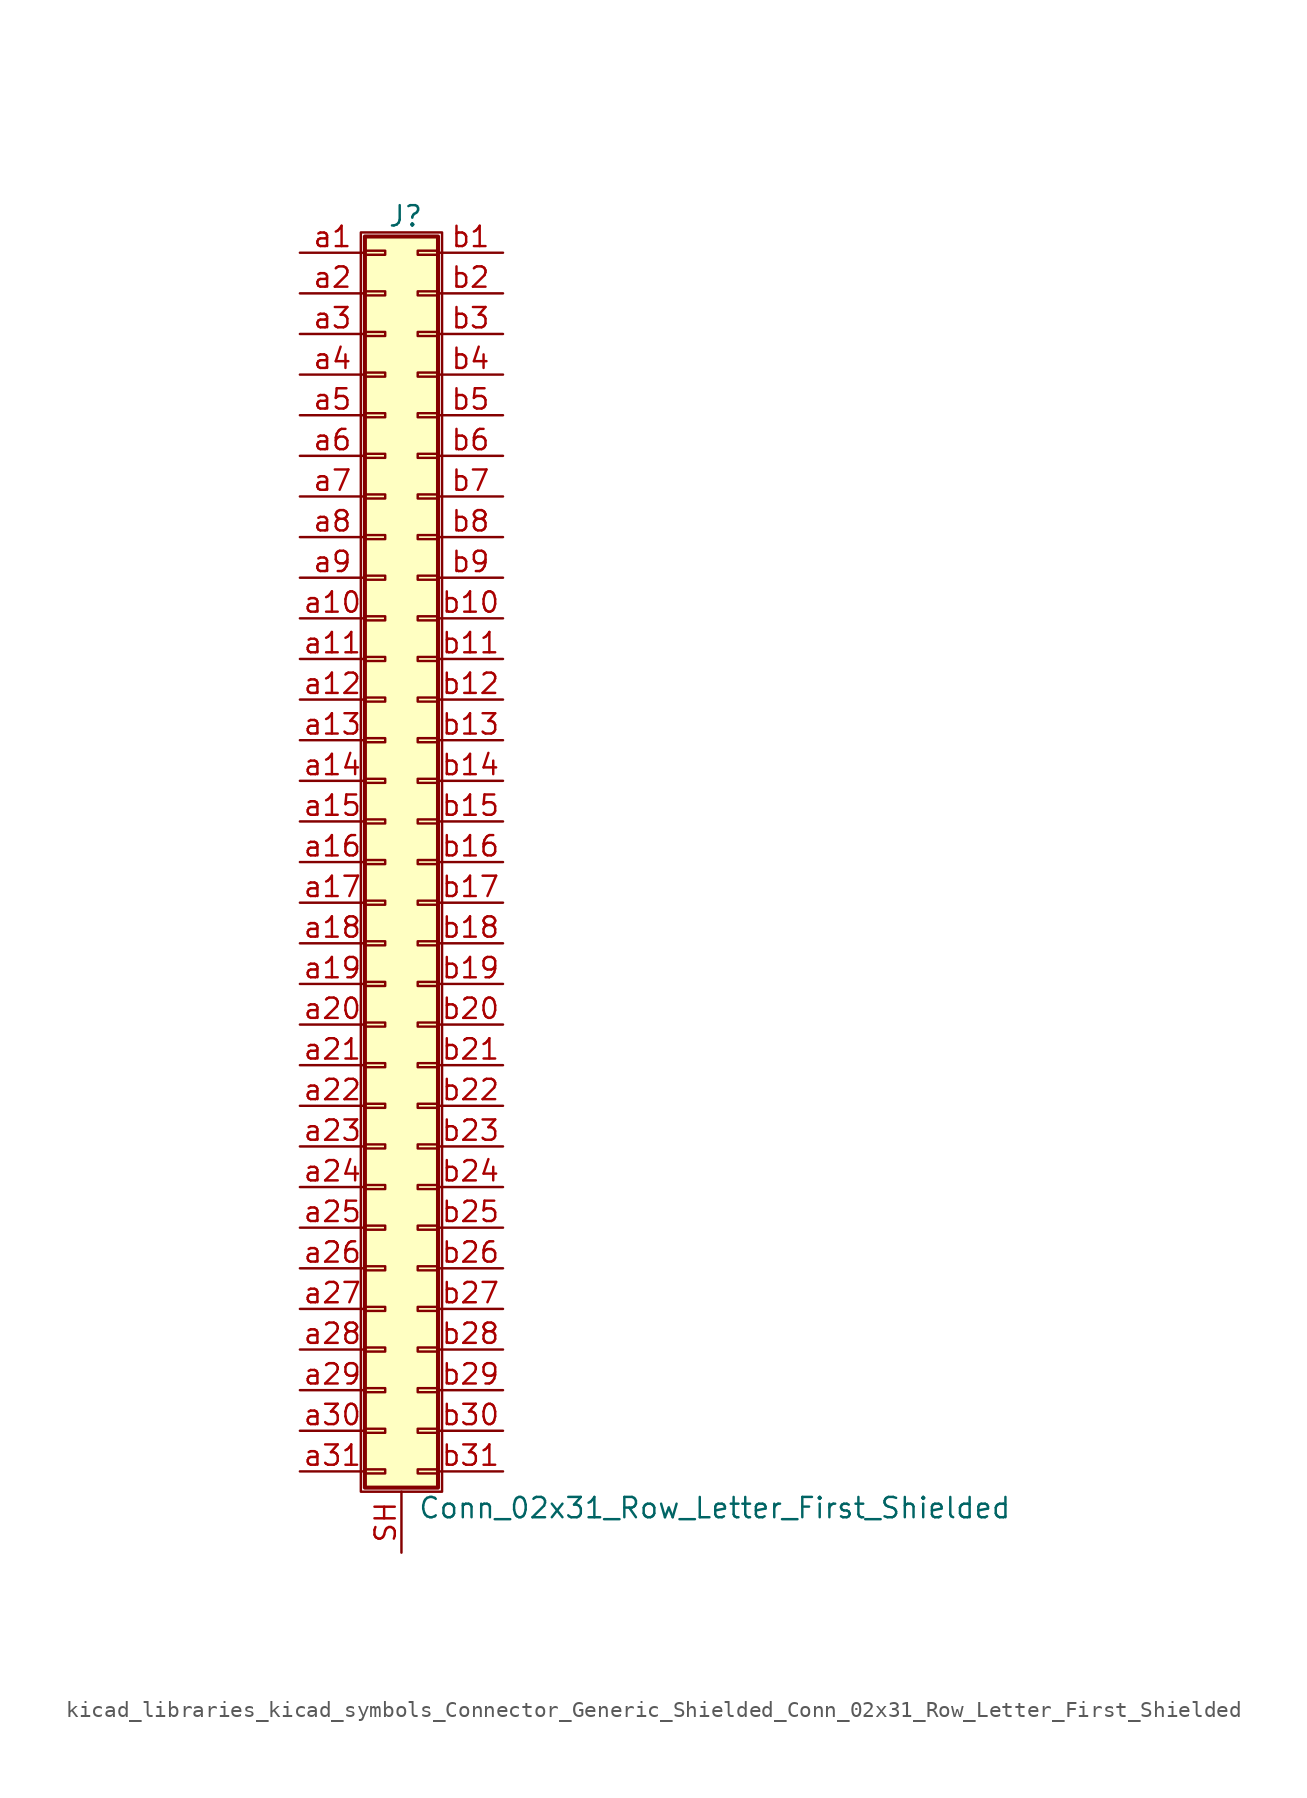
<source format=kicad_sym>
(kicad_symbol_lib
  (version 20220914)
  (generator kicad_symbol_editor)
  (symbol "kicad_libraries_kicad_symbols_Connector_Generic_Shielded_Conn_02x31_Row_Letter_First_Shielded"
    (pin_names
      (offset 1.016) hide)
    (property "Reference" "J"
      (at 1.524 40.386 0)
      (effects (font (size 1.27 1.27))))
    (property "Value" "Conn_02x31_Row_Letter_First_Shielded"
      (at 2.286 -40.386 0)
      (effects (font (size 1.27 1.27)) (justify left)))
    (symbol "kicad_libraries_kicad_symbols_Connector_Generic_Shielded_Conn_02x31_Row_Letter_First_Shielded_1_1"
      (rectangle (start -1.27 39.37) (end 3.81 -39.37) (stroke (width 0.152) (type default)) (fill (type none)))
      (rectangle (start -1.016 -37.973) (end 0.254 -38.227) (stroke (width 0.152) (type default)) (fill (type none)))
      (rectangle (start -1.016 -35.433) (end 0.254 -35.687) (stroke (width 0.152) (type default)) (fill (type none)))
      (rectangle (start -1.016 -32.893) (end 0.254 -33.147) (stroke (width 0.152) (type default)) (fill (type none)))
      (rectangle (start -1.016 -30.353) (end 0.254 -30.607) (stroke (width 0.152) (type default)) (fill (type none)))
      (rectangle (start -1.016 -27.813) (end 0.254 -28.067) (stroke (width 0.152) (type default)) (fill (type none)))
      (rectangle (start -1.016 -25.273) (end 0.254 -25.527) (stroke (width 0.152) (type default)) (fill (type none)))
      (rectangle (start -1.016 -22.733) (end 0.254 -22.987) (stroke (width 0.152) (type default)) (fill (type none)))
      (rectangle (start -1.016 -20.193) (end 0.254 -20.447) (stroke (width 0.152) (type default)) (fill (type none)))
      (rectangle (start -1.016 -17.653) (end 0.254 -17.907) (stroke (width 0.152) (type default)) (fill (type none)))
      (rectangle (start -1.016 -15.113) (end 0.254 -15.367) (stroke (width 0.152) (type default)) (fill (type none)))
      (rectangle (start -1.016 -12.573) (end 0.254 -12.827) (stroke (width 0.152) (type default)) (fill (type none)))
      (rectangle (start -1.016 -10.033) (end 0.254 -10.287) (stroke (width 0.152) (type default)) (fill (type none)))
      (rectangle (start -1.016 -7.493) (end 0.254 -7.747) (stroke (width 0.152) (type default)) (fill (type none)))
      (rectangle (start -1.016 -4.953) (end 0.254 -5.207) (stroke (width 0.152) (type default)) (fill (type none)))
      (rectangle (start -1.016 -2.413) (end 0.254 -2.667) (stroke (width 0.152) (type default)) (fill (type none)))
      (rectangle (start -1.016 0.127) (end 0.254 -0.127) (stroke (width 0.152) (type default)) (fill (type none)))
      (rectangle (start -1.016 2.667) (end 0.254 2.413) (stroke (width 0.152) (type default)) (fill (type none)))
      (rectangle (start -1.016 5.207) (end 0.254 4.953) (stroke (width 0.152) (type default)) (fill (type none)))
      (rectangle (start -1.016 7.747) (end 0.254 7.493) (stroke (width 0.152) (type default)) (fill (type none)))
      (rectangle (start -1.016 10.287) (end 0.254 10.033) (stroke (width 0.152) (type default)) (fill (type none)))
      (rectangle (start -1.016 12.827) (end 0.254 12.573) (stroke (width 0.152) (type default)) (fill (type none)))
      (rectangle (start -1.016 15.367) (end 0.254 15.113) (stroke (width 0.152) (type default)) (fill (type none)))
      (rectangle (start -1.016 17.907) (end 0.254 17.653) (stroke (width 0.152) (type default)) (fill (type none)))
      (rectangle (start -1.016 20.447) (end 0.254 20.193) (stroke (width 0.152) (type default)) (fill (type none)))
      (rectangle (start -1.016 22.987) (end 0.254 22.733) (stroke (width 0.152) (type default)) (fill (type none)))
      (rectangle (start -1.016 25.527) (end 0.254 25.273) (stroke (width 0.152) (type default)) (fill (type none)))
      (rectangle (start -1.016 28.067) (end 0.254 27.813) (stroke (width 0.152) (type default)) (fill (type none)))
      (rectangle (start -1.016 30.607) (end 0.254 30.353) (stroke (width 0.152) (type default)) (fill (type none)))
      (rectangle (start -1.016 33.147) (end 0.254 32.893) (stroke (width 0.152) (type default)) (fill (type none)))
      (rectangle (start -1.016 35.687) (end 0.254 35.433) (stroke (width 0.152) (type default)) (fill (type none)))
      (rectangle (start -1.016 38.227) (end 0.254 37.973) (stroke (width 0.152) (type default)) (fill (type none)))
      (rectangle (start -1.016 39.116) (end 3.556 -39.116) (stroke (width 0.254) (type default)) (fill (type background)))
      (rectangle (start 3.556 -37.973) (end 2.286 -38.227) (stroke (width 0.152) (type default)) (fill (type none)))
      (rectangle (start 3.556 -35.433) (end 2.286 -35.687) (stroke (width 0.152) (type default)) (fill (type none)))
      (rectangle (start 3.556 -32.893) (end 2.286 -33.147) (stroke (width 0.152) (type default)) (fill (type none)))
      (rectangle (start 3.556 -30.353) (end 2.286 -30.607) (stroke (width 0.152) (type default)) (fill (type none)))
      (rectangle (start 3.556 -27.813) (end 2.286 -28.067) (stroke (width 0.152) (type default)) (fill (type none)))
      (rectangle (start 3.556 -25.273) (end 2.286 -25.527) (stroke (width 0.152) (type default)) (fill (type none)))
      (rectangle (start 3.556 -22.733) (end 2.286 -22.987) (stroke (width 0.152) (type default)) (fill (type none)))
      (rectangle (start 3.556 -20.193) (end 2.286 -20.447) (stroke (width 0.152) (type default)) (fill (type none)))
      (rectangle (start 3.556 -17.653) (end 2.286 -17.907) (stroke (width 0.152) (type default)) (fill (type none)))
      (rectangle (start 3.556 -15.113) (end 2.286 -15.367) (stroke (width 0.152) (type default)) (fill (type none)))
      (rectangle (start 3.556 -12.573) (end 2.286 -12.827) (stroke (width 0.152) (type default)) (fill (type none)))
      (rectangle (start 3.556 -10.033) (end 2.286 -10.287) (stroke (width 0.152) (type default)) (fill (type none)))
      (rectangle (start 3.556 -7.493) (end 2.286 -7.747) (stroke (width 0.152) (type default)) (fill (type none)))
      (rectangle (start 3.556 -4.953) (end 2.286 -5.207) (stroke (width 0.152) (type default)) (fill (type none)))
      (rectangle (start 3.556 -2.413) (end 2.286 -2.667) (stroke (width 0.152) (type default)) (fill (type none)))
      (rectangle (start 3.556 0.127) (end 2.286 -0.127) (stroke (width 0.152) (type default)) (fill (type none)))
      (rectangle (start 3.556 2.667) (end 2.286 2.413) (stroke (width 0.152) (type default)) (fill (type none)))
      (rectangle (start 3.556 5.207) (end 2.286 4.953) (stroke (width 0.152) (type default)) (fill (type none)))
      (rectangle (start 3.556 7.747) (end 2.286 7.493) (stroke (width 0.152) (type default)) (fill (type none)))
      (rectangle (start 3.556 10.287) (end 2.286 10.033) (stroke (width 0.152) (type default)) (fill (type none)))
      (rectangle (start 3.556 12.827) (end 2.286 12.573) (stroke (width 0.152) (type default)) (fill (type none)))
      (rectangle (start 3.556 15.367) (end 2.286 15.113) (stroke (width 0.152) (type default)) (fill (type none)))
      (rectangle (start 3.556 17.907) (end 2.286 17.653) (stroke (width 0.152) (type default)) (fill (type none)))
      (rectangle (start 3.556 20.447) (end 2.286 20.193) (stroke (width 0.152) (type default)) (fill (type none)))
      (rectangle (start 3.556 22.987) (end 2.286 22.733) (stroke (width 0.152) (type default)) (fill (type none)))
      (rectangle (start 3.556 25.527) (end 2.286 25.273) (stroke (width 0.152) (type default)) (fill (type none)))
      (rectangle (start 3.556 28.067) (end 2.286 27.813) (stroke (width 0.152) (type default)) (fill (type none)))
      (rectangle (start 3.556 30.607) (end 2.286 30.353) (stroke (width 0.152) (type default)) (fill (type none)))
      (rectangle (start 3.556 33.147) (end 2.286 32.893) (stroke (width 0.152) (type default)) (fill (type none)))
      (rectangle (start 3.556 35.687) (end 2.286 35.433) (stroke (width 0.152) (type default)) (fill (type none)))
      (rectangle (start 3.556 38.227) (end 2.286 37.973) (stroke (width 0.152) (type default)) (fill (type none)))
      (pin passive line (at 1.27 -43.18 90) (length 3.81) (name "Shield" (effects (font (size 1.27 1.27)))) (number "SH" (effects (font (size 1.27 1.27)))))
      (pin passive line (at -5.08 38.1 0) (length 4.064) (name "Pin_a1" (effects (font (size 1.27 1.27)))) (number "a1" (effects (font (size 1.27 1.27)))))
      (pin passive line (at -5.08 15.24 0) (length 4.064) (name "Pin_a10" (effects (font (size 1.27 1.27)))) (number "a10" (effects (font (size 1.27 1.27)))))
      (pin passive line (at -5.08 12.7 0) (length 4.064) (name "Pin_a11" (effects (font (size 1.27 1.27)))) (number "a11" (effects (font (size 1.27 1.27)))))
      (pin passive line (at -5.08 10.16 0) (length 4.064) (name "Pin_a12" (effects (font (size 1.27 1.27)))) (number "a12" (effects (font (size 1.27 1.27)))))
      (pin passive line (at -5.08 7.62 0) (length 4.064) (name "Pin_a13" (effects (font (size 1.27 1.27)))) (number "a13" (effects (font (size 1.27 1.27)))))
      (pin passive line (at -5.08 5.08 0) (length 4.064) (name "Pin_a14" (effects (font (size 1.27 1.27)))) (number "a14" (effects (font (size 1.27 1.27)))))
      (pin passive line (at -5.08 2.54 0) (length 4.064) (name "Pin_a15" (effects (font (size 1.27 1.27)))) (number "a15" (effects (font (size 1.27 1.27)))))
      (pin passive line (at -5.08 0 0) (length 4.064) (name "Pin_a16" (effects (font (size 1.27 1.27)))) (number "a16" (effects (font (size 1.27 1.27)))))
      (pin passive line (at -5.08 -2.54 0) (length 4.064) (name "Pin_a17" (effects (font (size 1.27 1.27)))) (number "a17" (effects (font (size 1.27 1.27)))))
      (pin passive line (at -5.08 -5.08 0) (length 4.064) (name "Pin_a18" (effects (font (size 1.27 1.27)))) (number "a18" (effects (font (size 1.27 1.27)))))
      (pin passive line (at -5.08 -7.62 0) (length 4.064) (name "Pin_a19" (effects (font (size 1.27 1.27)))) (number "a19" (effects (font (size 1.27 1.27)))))
      (pin passive line (at -5.08 35.56 0) (length 4.064) (name "Pin_a2" (effects (font (size 1.27 1.27)))) (number "a2" (effects (font (size 1.27 1.27)))))
      (pin passive line (at -5.08 -10.16 0) (length 4.064) (name "Pin_a20" (effects (font (size 1.27 1.27)))) (number "a20" (effects (font (size 1.27 1.27)))))
      (pin passive line (at -5.08 -12.7 0) (length 4.064) (name "Pin_a21" (effects (font (size 1.27 1.27)))) (number "a21" (effects (font (size 1.27 1.27)))))
      (pin passive line (at -5.08 -15.24 0) (length 4.064) (name "Pin_a22" (effects (font (size 1.27 1.27)))) (number "a22" (effects (font (size 1.27 1.27)))))
      (pin passive line (at -5.08 -17.78 0) (length 4.064) (name "Pin_a23" (effects (font (size 1.27 1.27)))) (number "a23" (effects (font (size 1.27 1.27)))))
      (pin passive line (at -5.08 -20.32 0) (length 4.064) (name "Pin_a24" (effects (font (size 1.27 1.27)))) (number "a24" (effects (font (size 1.27 1.27)))))
      (pin passive line (at -5.08 -22.86 0) (length 4.064) (name "Pin_a25" (effects (font (size 1.27 1.27)))) (number "a25" (effects (font (size 1.27 1.27)))))
      (pin passive line (at -5.08 -25.4 0) (length 4.064) (name "Pin_a26" (effects (font (size 1.27 1.27)))) (number "a26" (effects (font (size 1.27 1.27)))))
      (pin passive line (at -5.08 -27.94 0) (length 4.064) (name "Pin_a27" (effects (font (size 1.27 1.27)))) (number "a27" (effects (font (size 1.27 1.27)))))
      (pin passive line (at -5.08 -30.48 0) (length 4.064) (name "Pin_a28" (effects (font (size 1.27 1.27)))) (number "a28" (effects (font (size 1.27 1.27)))))
      (pin passive line (at -5.08 -33.02 0) (length 4.064) (name "Pin_a29" (effects (font (size 1.27 1.27)))) (number "a29" (effects (font (size 1.27 1.27)))))
      (pin passive line (at -5.08 33.02 0) (length 4.064) (name "Pin_a3" (effects (font (size 1.27 1.27)))) (number "a3" (effects (font (size 1.27 1.27)))))
      (pin passive line (at -5.08 -35.56 0) (length 4.064) (name "Pin_a30" (effects (font (size 1.27 1.27)))) (number "a30" (effects (font (size 1.27 1.27)))))
      (pin passive line (at -5.08 -38.1 0) (length 4.064) (name "Pin_a31" (effects (font (size 1.27 1.27)))) (number "a31" (effects (font (size 1.27 1.27)))))
      (pin passive line (at -5.08 30.48 0) (length 4.064) (name "Pin_a4" (effects (font (size 1.27 1.27)))) (number "a4" (effects (font (size 1.27 1.27)))))
      (pin passive line (at -5.08 27.94 0) (length 4.064) (name "Pin_a5" (effects (font (size 1.27 1.27)))) (number "a5" (effects (font (size 1.27 1.27)))))
      (pin passive line (at -5.08 25.4 0) (length 4.064) (name "Pin_a6" (effects (font (size 1.27 1.27)))) (number "a6" (effects (font (size 1.27 1.27)))))
      (pin passive line (at -5.08 22.86 0) (length 4.064) (name "Pin_a7" (effects (font (size 1.27 1.27)))) (number "a7" (effects (font (size 1.27 1.27)))))
      (pin passive line (at -5.08 20.32 0) (length 4.064) (name "Pin_a8" (effects (font (size 1.27 1.27)))) (number "a8" (effects (font (size 1.27 1.27)))))
      (pin passive line (at -5.08 17.78 0) (length 4.064) (name "Pin_a9" (effects (font (size 1.27 1.27)))) (number "a9" (effects (font (size 1.27 1.27)))))
      (pin passive line (at 7.62 38.1 180) (length 4.064) (name "Pin_b1" (effects (font (size 1.27 1.27)))) (number "b1" (effects (font (size 1.27 1.27)))))
      (pin passive line (at 7.62 15.24 180) (length 4.064) (name "Pin_b10" (effects (font (size 1.27 1.27)))) (number "b10" (effects (font (size 1.27 1.27)))))
      (pin passive line (at 7.62 12.7 180) (length 4.064) (name "Pin_b11" (effects (font (size 1.27 1.27)))) (number "b11" (effects (font (size 1.27 1.27)))))
      (pin passive line (at 7.62 10.16 180) (length 4.064) (name "Pin_b12" (effects (font (size 1.27 1.27)))) (number "b12" (effects (font (size 1.27 1.27)))))
      (pin passive line (at 7.62 7.62 180) (length 4.064) (name "Pin_b13" (effects (font (size 1.27 1.27)))) (number "b13" (effects (font (size 1.27 1.27)))))
      (pin passive line (at 7.62 5.08 180) (length 4.064) (name "Pin_b14" (effects (font (size 1.27 1.27)))) (number "b14" (effects (font (size 1.27 1.27)))))
      (pin passive line (at 7.62 2.54 180) (length 4.064) (name "Pin_b15" (effects (font (size 1.27 1.27)))) (number "b15" (effects (font (size 1.27 1.27)))))
      (pin passive line (at 7.62 0 180) (length 4.064) (name "Pin_b16" (effects (font (size 1.27 1.27)))) (number "b16" (effects (font (size 1.27 1.27)))))
      (pin passive line (at 7.62 -2.54 180) (length 4.064) (name "Pin_b17" (effects (font (size 1.27 1.27)))) (number "b17" (effects (font (size 1.27 1.27)))))
      (pin passive line (at 7.62 -5.08 180) (length 4.064) (name "Pin_b18" (effects (font (size 1.27 1.27)))) (number "b18" (effects (font (size 1.27 1.27)))))
      (pin passive line (at 7.62 -7.62 180) (length 4.064) (name "Pin_b19" (effects (font (size 1.27 1.27)))) (number "b19" (effects (font (size 1.27 1.27)))))
      (pin passive line (at 7.62 35.56 180) (length 4.064) (name "Pin_b2" (effects (font (size 1.27 1.27)))) (number "b2" (effects (font (size 1.27 1.27)))))
      (pin passive line (at 7.62 -10.16 180) (length 4.064) (name "Pin_b20" (effects (font (size 1.27 1.27)))) (number "b20" (effects (font (size 1.27 1.27)))))
      (pin passive line (at 7.62 -12.7 180) (length 4.064) (name "Pin_b21" (effects (font (size 1.27 1.27)))) (number "b21" (effects (font (size 1.27 1.27)))))
      (pin passive line (at 7.62 -15.24 180) (length 4.064) (name "Pin_b22" (effects (font (size 1.27 1.27)))) (number "b22" (effects (font (size 1.27 1.27)))))
      (pin passive line (at 7.62 -17.78 180) (length 4.064) (name "Pin_b23" (effects (font (size 1.27 1.27)))) (number "b23" (effects (font (size 1.27 1.27)))))
      (pin passive line (at 7.62 -20.32 180) (length 4.064) (name "Pin_b24" (effects (font (size 1.27 1.27)))) (number "b24" (effects (font (size 1.27 1.27)))))
      (pin passive line (at 7.62 -22.86 180) (length 4.064) (name "Pin_b25" (effects (font (size 1.27 1.27)))) (number "b25" (effects (font (size 1.27 1.27)))))
      (pin passive line (at 7.62 -25.4 180) (length 4.064) (name "Pin_b26" (effects (font (size 1.27 1.27)))) (number "b26" (effects (font (size 1.27 1.27)))))
      (pin passive line (at 7.62 -27.94 180) (length 4.064) (name "Pin_b27" (effects (font (size 1.27 1.27)))) (number "b27" (effects (font (size 1.27 1.27)))))
      (pin passive line (at 7.62 -30.48 180) (length 4.064) (name "Pin_b28" (effects (font (size 1.27 1.27)))) (number "b28" (effects (font (size 1.27 1.27)))))
      (pin passive line (at 7.62 -33.02 180) (length 4.064) (name "Pin_b29" (effects (font (size 1.27 1.27)))) (number "b29" (effects (font (size 1.27 1.27)))))
      (pin passive line (at 7.62 33.02 180) (length 4.064) (name "Pin_b3" (effects (font (size 1.27 1.27)))) (number "b3" (effects (font (size 1.27 1.27)))))
      (pin passive line (at 7.62 -35.56 180) (length 4.064) (name "Pin_b30" (effects (font (size 1.27 1.27)))) (number "b30" (effects (font (size 1.27 1.27)))))
      (pin passive line (at 7.62 -38.1 180) (length 4.064) (name "Pin_b31" (effects (font (size 1.27 1.27)))) (number "b31" (effects (font (size 1.27 1.27)))))
      (pin passive line (at 7.62 30.48 180) (length 4.064) (name "Pin_b4" (effects (font (size 1.27 1.27)))) (number "b4" (effects (font (size 1.27 1.27)))))
      (pin passive line (at 7.62 27.94 180) (length 4.064) (name "Pin_b5" (effects (font (size 1.27 1.27)))) (number "b5" (effects (font (size 1.27 1.27)))))
      (pin passive line (at 7.62 25.4 180) (length 4.064) (name "Pin_b6" (effects (font (size 1.27 1.27)))) (number "b6" (effects (font (size 1.27 1.27)))))
      (pin passive line (at 7.62 22.86 180) (length 4.064) (name "Pin_b7" (effects (font (size 1.27 1.27)))) (number "b7" (effects (font (size 1.27 1.27)))))
      (pin passive line (at 7.62 20.32 180) (length 4.064) (name "Pin_b8" (effects (font (size 1.27 1.27)))) (number "b8" (effects (font (size 1.27 1.27)))))
      (pin passive line (at 7.62 17.78 180) (length 4.064) (name "Pin_b9" (effects (font (size 1.27 1.27)))) (number "b9" (effects (font (size 1.27 1.27))))))))
</source>
